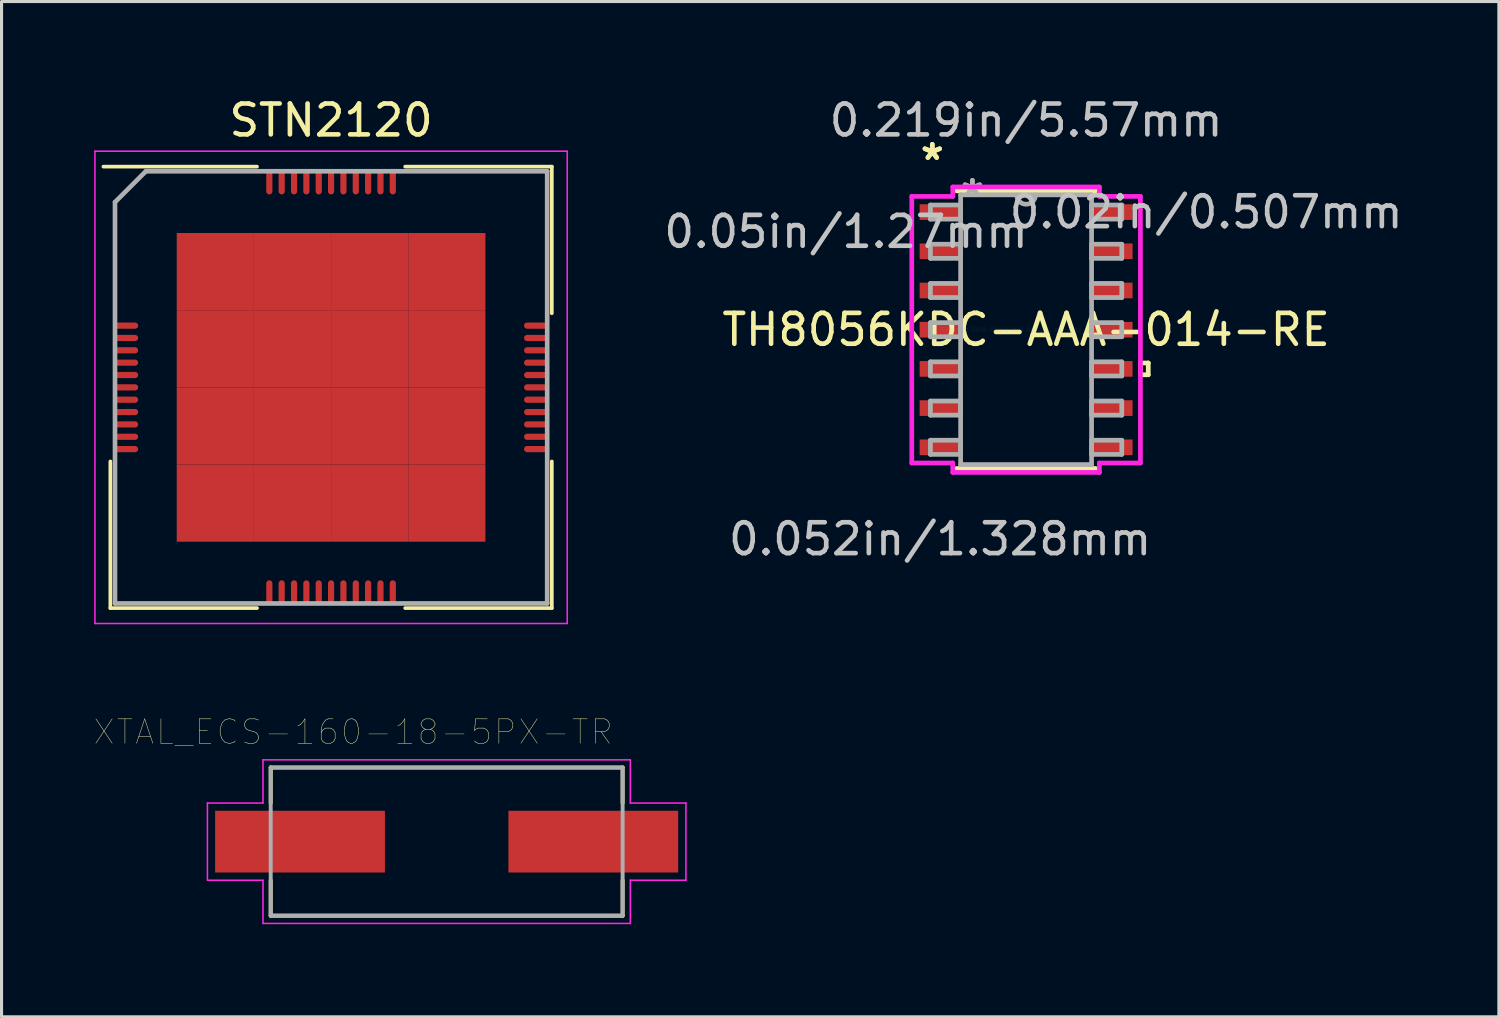
<source format=kicad_pcb>
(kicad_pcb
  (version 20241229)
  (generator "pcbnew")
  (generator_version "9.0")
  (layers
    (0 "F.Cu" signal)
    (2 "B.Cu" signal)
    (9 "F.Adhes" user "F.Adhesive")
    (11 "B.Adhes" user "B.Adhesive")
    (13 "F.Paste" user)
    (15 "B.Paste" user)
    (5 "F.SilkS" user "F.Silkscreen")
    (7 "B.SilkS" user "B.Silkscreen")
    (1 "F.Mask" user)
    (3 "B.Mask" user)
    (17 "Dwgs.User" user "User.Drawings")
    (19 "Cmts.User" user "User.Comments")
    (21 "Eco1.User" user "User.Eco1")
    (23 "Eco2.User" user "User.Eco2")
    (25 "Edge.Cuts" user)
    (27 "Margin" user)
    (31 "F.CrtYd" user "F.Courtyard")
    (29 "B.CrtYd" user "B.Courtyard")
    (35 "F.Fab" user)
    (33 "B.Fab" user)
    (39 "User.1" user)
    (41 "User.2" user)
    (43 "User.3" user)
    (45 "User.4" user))
  (footprint "STN2120"
    (layer "F.Cu")
    (at 7.675 9.498)
    (property "Reference" "STN2120" (at 0 -8.65 0) (layer "F.SilkS") (effects (font (size 1 1) (thickness 0.15))))
    (attr smd)
    (fp_line (start -7.15 7.15) (end -7.15 2.4) (stroke (width 0.12) (type solid)) (layer "F.SilkS"))
    (fp_line (start -2.4 -7.15) (end -7.375 -7.15) (stroke (width 0.12) (type solid)) (layer "F.SilkS"))
    (fp_line (start -2.4 7.15) (end -7.15 7.15) (stroke (width 0.12) (type solid)) (layer "F.SilkS"))
    (fp_line (start 2.4 -7.15) (end 7.15 -7.15) (stroke (width 0.12) (type solid)) (layer "F.SilkS"))
    (fp_line (start 2.4 7.15) (end 7.15 7.15) (stroke (width 0.12) (type solid)) (layer "F.SilkS"))
    (fp_line (start 7.15 -7.15) (end 7.15 -2.4) (stroke (width 0.12) (type solid)) (layer "F.SilkS"))
    (fp_line (start 7.15 7.15) (end 7.15 2.4) (stroke (width 0.12) (type solid)) (layer "F.SilkS"))
    (fp_line (start -7.65 -7.65) (end 7.65 -7.65) (stroke (width 0.05) (type solid)) (layer "F.CrtYd"))
    (fp_line (start -7.65 7.65) (end -7.65 -7.65) (stroke (width 0.05) (type solid)) (layer "F.CrtYd"))
    (fp_line (start 7.65 -7.65) (end 7.65 7.65) (stroke (width 0.05) (type solid)) (layer "F.CrtYd"))
    (fp_line (start 7.65 7.65) (end -7.65 7.65) (stroke (width 0.05) (type solid)) (layer "F.CrtYd"))
    (fp_line (start -7 -6) (end -7 7) (stroke (width 0.15) (type solid)) (layer "F.Fab"))
    (fp_line (start -7 7) (end 7 7) (stroke (width 0.15) (type solid)) (layer "F.Fab"))
    (fp_line (start -6 -7) (end -7 -6) (stroke (width 0.15) (type solid)) (layer "F.Fab"))
    (fp_line (start 7 -7) (end -6 -7) (stroke (width 0.15) (type solid)) (layer "F.Fab"))
    (fp_line (start 7 7) (end 7 -7) (stroke (width 0.15) (type solid)) (layer "F.Fab"))
    (pad "1" smd oval (at -6.625 -2 90) (size 0.2 0.75) (layers "F.Cu" "F.Mask" "F.Paste"))
    (pad "2" smd oval (at -6.625 -1.6 90) (size 0.2 0.75) (layers "F.Cu" "F.Mask" "F.Paste"))
    (pad "3" smd oval (at -6.625 -1.2 90) (size 0.2 0.75) (layers "F.Cu" "F.Mask" "F.Paste"))
    (pad "4" smd oval (at -6.625 -0.8 90) (size 0.2 0.75) (layers "F.Cu" "F.Mask" "F.Paste"))
    (pad "5" smd oval (at -6.625 -0.4 90) (size 0.2 0.75) (layers "F.Cu" "F.Mask" "F.Paste"))
    (pad "6" smd oval (at -6.625 0 90) (size 0.2 0.75) (layers "F.Cu" "F.Mask" "F.Paste"))
    (pad "7" smd oval (at -6.625 0.4 90) (size 0.2 0.75) (layers "F.Cu" "F.Mask" "F.Paste"))
    (pad "8" smd oval (at -6.625 0.8 90) (size 0.2 0.75) (layers "F.Cu" "F.Mask" "F.Paste"))
    (pad "9" smd oval (at -6.625 1.2 90) (size 0.2 0.75) (layers "F.Cu" "F.Mask" "F.Paste"))
    (pad "10" smd oval (at -6.625 1.6 90) (size 0.2 0.75) (layers "F.Cu" "F.Mask" "F.Paste"))
    (pad "11" smd oval (at -6.625 2 90) (size 0.2 0.75) (layers "F.Cu" "F.Mask" "F.Paste"))
    (pad "12" smd oval (at -2 6.625) (size 0.2 0.75) (layers "F.Cu" "F.Mask" "F.Paste"))
    (pad "13" smd oval (at -1.6 6.625) (size 0.2 0.75) (layers "F.Cu" "F.Mask" "F.Paste"))
    (pad "14" smd oval (at -1.2 6.625) (size 0.2 0.75) (layers "F.Cu" "F.Mask" "F.Paste"))
    (pad "15" smd oval (at -0.8 6.625) (size 0.2 0.75) (layers "F.Cu" "F.Mask" "F.Paste"))
    (pad "16" smd oval (at -0.4 6.625) (size 0.2 0.75) (layers "F.Cu" "F.Mask" "F.Paste"))
    (pad "17" smd oval (at 0 6.625) (size 0.2 0.75) (layers "F.Cu" "F.Mask" "F.Paste"))
    (pad "18" smd oval (at 0.4 6.625) (size 0.2 0.75) (layers "F.Cu" "F.Mask" "F.Paste"))
    (pad "19" smd oval (at 0.8 6.625) (size 0.2 0.75) (layers "F.Cu" "F.Mask" "F.Paste"))
    (pad "20" smd oval (at 1.2 6.625) (size 0.2 0.75) (layers "F.Cu" "F.Mask" "F.Paste"))
    (pad "21" smd oval (at 1.6 6.625) (size 0.2 0.75) (layers "F.Cu" "F.Mask" "F.Paste"))
    (pad "22" smd oval (at 2 6.625) (size 0.2 0.75) (layers "F.Cu" "F.Mask" "F.Paste"))
    (pad "23" smd oval (at 6.625 2 90) (size 0.2 0.75) (layers "F.Cu" "F.Mask" "F.Paste"))
    (pad "24" smd oval (at 6.625 1.6 90) (size 0.2 0.75) (layers "F.Cu" "F.Mask" "F.Paste"))
    (pad "25" smd oval (at 6.625 1.2 90) (size 0.2 0.75) (layers "F.Cu" "F.Mask" "F.Paste"))
    (pad "26" smd oval (at 6.625 0.8 90) (size 0.2 0.75) (layers "F.Cu" "F.Mask" "F.Paste"))
    (pad "27" smd oval (at 6.625 0.4 90) (size 0.2 0.75) (layers "F.Cu" "F.Mask" "F.Paste"))
    (pad "28" smd oval (at 6.625 0 90) (size 0.2 0.75) (layers "F.Cu" "F.Mask" "F.Paste"))
    (pad "29" smd oval (at 6.625 -0.4 90) (size 0.2 0.75) (layers "F.Cu" "F.Mask" "F.Paste"))
    (pad "30" smd oval (at 6.625 -0.8 90) (size 0.2 0.75) (layers "F.Cu" "F.Mask" "F.Paste"))
    (pad "31" smd oval (at 6.625 -1.2 90) (size 0.2 0.75) (layers "F.Cu" "F.Mask" "F.Paste"))
    (pad "32" smd oval (at 6.625 -1.6 90) (size 0.2 0.75) (layers "F.Cu" "F.Mask" "F.Paste"))
    (pad "33" smd oval (at 6.625 -2 90) (size 0.2 0.75) (layers "F.Cu" "F.Mask" "F.Paste"))
    (pad "34" smd oval (at 2 -6.625) (size 0.2 0.75) (layers "F.Cu" "F.Mask" "F.Paste"))
    (pad "35" smd oval (at 1.6 -6.625) (size 0.2 0.75) (layers "F.Cu" "F.Mask" "F.Paste"))
    (pad "36" smd oval (at 1.2 -6.625) (size 0.2 0.75) (layers "F.Cu" "F.Mask" "F.Paste"))
    (pad "37" smd oval (at 0.8 -6.625) (size 0.2 0.75) (layers "F.Cu" "F.Mask" "F.Paste"))
    (pad "38" smd oval (at 0.4 -6.625) (size 0.2 0.75) (layers "F.Cu" "F.Mask" "F.Paste"))
    (pad "39" smd oval (at 0 -6.625) (size 0.2 0.75) (layers "F.Cu" "F.Mask" "F.Paste"))
    (pad "40" smd oval (at -0.4 -6.625) (size 0.2 0.75) (layers "F.Cu" "F.Mask" "F.Paste"))
    (pad "41" smd oval (at -0.8 -6.625) (size 0.2 0.75) (layers "F.Cu" "F.Mask" "F.Paste"))
    (pad "42" smd oval (at -1.2 -6.625) (size 0.2 0.75) (layers "F.Cu" "F.Mask" "F.Paste"))
    (pad "43" smd oval (at -1.6 -6.625) (size 0.2 0.75) (layers "F.Cu" "F.Mask" "F.Paste"))
    (pad "44" smd oval (at -2 -6.625) (size 0.2 0.75) (layers "F.Cu" "F.Mask" "F.Paste"))
    (pad "45" smd rect (at -3.75 -3.75) (size 2.5 2.5) (layers "F.Cu" "F.Mask" "F.Paste"))
    (pad "45" smd rect (at -3.75 -1.25) (size 2.5 2.5) (layers "F.Cu" "F.Mask" "F.Paste"))
    (pad "45" smd rect (at -3.75 1.25) (size 2.5 2.5) (layers "F.Cu" "F.Mask" "F.Paste"))
    (pad "45" smd rect (at -3.75 3.75) (size 2.5 2.5) (layers "F.Cu" "F.Mask" "F.Paste"))
    (pad "45" smd rect (at -1.25 -3.75) (size 2.5 2.5) (layers "F.Cu" "F.Mask" "F.Paste"))
    (pad "45" smd rect (at -1.25 -1.25) (size 2.5 2.5) (layers "F.Cu" "F.Mask" "F.Paste"))
    (pad "45" smd rect (at -1.25 1.25) (size 2.5 2.5) (layers "F.Cu" "F.Mask" "F.Paste"))
    (pad "45" smd rect (at -1.25 3.75) (size 2.5 2.5) (layers "F.Cu" "F.Mask" "F.Paste"))
    (pad "45" smd rect (at 1.25 -3.75) (size 2.5 2.5) (layers "F.Cu" "F.Mask" "F.Paste"))
    (pad "45" smd rect (at 1.25 -1.25) (size 2.5 2.5) (layers "F.Cu" "F.Mask" "F.Paste"))
    (pad "45" smd rect (at 1.25 1.25) (size 2.5 2.5) (layers "F.Cu" "F.Mask" "F.Paste"))
    (pad "45" smd rect (at 1.25 3.75) (size 2.5 2.5) (layers "F.Cu" "F.Mask" "F.Paste"))
    (pad "45" smd rect (at 3.75 -3.75) (size 2.5 2.5) (layers "F.Cu" "F.Mask" "F.Paste"))
    (pad "45" smd rect (at 3.75 -1.25) (size 2.5 2.5) (layers "F.Cu" "F.Mask" "F.Paste"))
    (pad "45" smd rect (at 3.75 1.25) (size 2.5 2.5) (layers "F.Cu" "F.Mask" "F.Paste"))
    (pad "45" smd rect (at 3.75 3.75) (size 2.5 2.5) (layers "F.Cu" "F.Mask" "F.Paste")))
  (footprint "XTAL_ECS-160-18-5PX-TR"
    (layer "F.Cu")
    (at 11.419 24.213)
    (property "Reference" "XTAL_ECS-160-18-5PX-TR" (at -3.03 -3.552 0) (layer "F.SilkS") (effects (font (size 0.79 0.79) (thickness 0.015))))
    (attr through_hole)
    (fp_line (start -5.7 -2.4) (end 5.7 -2.4) (stroke (width 0.127) (type solid)) (layer "F.SilkS"))
    (fp_line (start -5.7 -1.254) (end -5.7 -2.4) (stroke (width 0.127) (type solid)) (layer "F.SilkS"))
    (fp_line (start -5.7 2.4) (end -5.7 1.254) (stroke (width 0.127) (type solid)) (layer "F.SilkS"))
    (fp_line (start 5.7 -2.4) (end 5.7 -1.254) (stroke (width 0.127) (type solid)) (layer "F.SilkS"))
    (fp_line (start 5.7 1.254) (end 5.7 2.4) (stroke (width 0.127) (type solid)) (layer "F.SilkS"))
    (fp_line (start 5.7 2.4) (end -5.7 2.4) (stroke (width 0.127) (type solid)) (layer "F.SilkS"))
    (fp_line (start -7.75 -1.25) (end -5.95 -1.25) (stroke (width 0.05) (type solid)) (layer "F.CrtYd"))
    (fp_line (start -7.75 1.25) (end -7.75 -1.25) (stroke (width 0.05) (type solid)) (layer "F.CrtYd"))
    (fp_line (start -5.95 -2.65) (end 5.95 -2.65) (stroke (width 0.05) (type solid)) (layer "F.CrtYd"))
    (fp_line (start -5.95 -1.25) (end -5.95 -2.65) (stroke (width 0.05) (type solid)) (layer "F.CrtYd"))
    (fp_line (start -5.95 1.25) (end -7.75 1.25) (stroke (width 0.05) (type solid)) (layer "F.CrtYd"))
    (fp_line (start -5.95 2.65) (end -5.95 1.25) (stroke (width 0.05) (type solid)) (layer "F.CrtYd"))
    (fp_line (start 5.95 -2.65) (end 5.95 -1.25) (stroke (width 0.05) (type solid)) (layer "F.CrtYd"))
    (fp_line (start 5.95 -1.25) (end 7.75 -1.25) (stroke (width 0.05) (type solid)) (layer "F.CrtYd"))
    (fp_line (start 5.95 1.25) (end 5.95 2.65) (stroke (width 0.05) (type solid)) (layer "F.CrtYd"))
    (fp_line (start 5.95 2.65) (end -5.95 2.65) (stroke (width 0.05) (type solid)) (layer "F.CrtYd"))
    (fp_line (start 7.75 -1.25) (end 7.75 1.25) (stroke (width 0.05) (type solid)) (layer "F.CrtYd"))
    (fp_line (start 7.75 1.25) (end 5.95 1.25) (stroke (width 0.05) (type solid)) (layer "F.CrtYd"))
    (fp_line (start -5.7 -2.4) (end -5.7 2.4) (stroke (width 0.127) (type solid)) (layer "F.Fab"))
    (fp_line (start -5.7 2.4) (end 5.7 2.4) (stroke (width 0.127) (type solid)) (layer "F.Fab"))
    (fp_line (start 5.7 -2.4) (end -5.7 -2.4) (stroke (width 0.127) (type solid)) (layer "F.Fab"))
    (fp_line (start 5.7 2.4) (end 5.7 -2.4) (stroke (width 0.127) (type solid)) (layer "F.Fab"))
    (pad "1" smd rect (at -4.75 0) (size 5.5 2) (layers "F.Cu" "F.Mask" "F.Paste"))
    (pad "2" smd rect (at 4.75 0) (size 5.5 2) (layers "F.Cu" "F.Mask" "F.Paste")))
  (footprint "TH8056KDC-AAA-014-RE"
    (layer "F.Cu")
    (at 30.189 7.63)
    (property "Reference" "TH8056KDC-AAA-014-RE" (at 0 0 0) (layer "F.SilkS") (effects (font (size 1 1) (thickness 0.15))))
    (attr through_hole)
    (fp_line (start -2.248 4.496) (end 2.248 4.496) (stroke (width 0.152) (type solid)) (layer "F.SilkS"))
    (fp_line (start 2.248 -4.496) (end -2.248 -4.496) (stroke (width 0.152) (type solid)) (layer "F.SilkS"))
    (fp_line (start 3.703 1.079) (end 3.957 1.079) (stroke (width 0.152) (type solid)) (layer "F.SilkS"))
    (fp_line (start 3.703 1.46) (end 3.703 1.079) (stroke (width 0.152) (type solid)) (layer "F.SilkS"))
    (fp_line (start 3.957 1.079) (end 3.957 1.46) (stroke (width 0.152) (type solid)) (layer "F.SilkS"))
    (fp_line (start 3.957 1.46) (end 3.703 1.46) (stroke (width 0.152) (type solid)) (layer "F.SilkS"))
    (fp_line (start -3.703 -4.318) (end -2.375 -4.318) (stroke (width 0.152) (type solid)) (layer "F.CrtYd"))
    (fp_line (start -3.703 4.318) (end -3.703 -4.318) (stroke (width 0.152) (type solid)) (layer "F.CrtYd"))
    (fp_line (start -2.375 -4.623) (end 2.375 -4.623) (stroke (width 0.152) (type solid)) (layer "F.CrtYd"))
    (fp_line (start -2.375 -4.318) (end -2.375 -4.623) (stroke (width 0.152) (type solid)) (layer "F.CrtYd"))
    (fp_line (start -2.375 4.318) (end -3.703 4.318) (stroke (width 0.152) (type solid)) (layer "F.CrtYd"))
    (fp_line (start -2.375 4.623) (end -2.375 4.318) (stroke (width 0.152) (type solid)) (layer "F.CrtYd"))
    (fp_line (start 2.375 -4.623) (end 2.375 -4.318) (stroke (width 0.152) (type solid)) (layer "F.CrtYd"))
    (fp_line (start 2.375 -4.318) (end 3.703 -4.318) (stroke (width 0.152) (type solid)) (layer "F.CrtYd"))
    (fp_line (start 2.375 4.318) (end 2.375 4.623) (stroke (width 0.152) (type solid)) (layer "F.CrtYd"))
    (fp_line (start 2.375 4.623) (end -2.375 4.623) (stroke (width 0.152) (type solid)) (layer "F.CrtYd"))
    (fp_line (start 3.703 -4.318) (end 3.703 4.318) (stroke (width 0.152) (type solid)) (layer "F.CrtYd"))
    (fp_line (start 3.703 4.318) (end 2.375 4.318) (stroke (width 0.152) (type solid)) (layer "F.CrtYd"))
    (fp_line (start -3.099 -4.039) (end -3.099 -3.581) (stroke (width 0.152) (type solid)) (layer "F.Fab"))
    (fp_line (start -3.099 -3.581) (end -2.121 -3.581) (stroke (width 0.152) (type solid)) (layer "F.Fab"))
    (fp_line (start -3.099 -2.769) (end -3.099 -2.311) (stroke (width 0.152) (type solid)) (layer "F.Fab"))
    (fp_line (start -3.099 -2.311) (end -2.121 -2.311) (stroke (width 0.152) (type solid)) (layer "F.Fab"))
    (fp_line (start -3.099 -1.499) (end -3.099 -1.041) (stroke (width 0.152) (type solid)) (layer "F.Fab"))
    (fp_line (start -3.099 -1.041) (end -2.121 -1.041) (stroke (width 0.152) (type solid)) (layer "F.Fab"))
    (fp_line (start -3.099 -0.229) (end -3.099 0.229) (stroke (width 0.152) (type solid)) (layer "F.Fab"))
    (fp_line (start -3.099 0.229) (end -2.121 0.229) (stroke (width 0.152) (type solid)) (layer "F.Fab"))
    (fp_line (start -3.099 1.041) (end -3.099 1.499) (stroke (width 0.152) (type solid)) (layer "F.Fab"))
    (fp_line (start -3.099 1.499) (end -2.121 1.499) (stroke (width 0.152) (type solid)) (layer "F.Fab"))
    (fp_line (start -3.099 2.311) (end -3.099 2.769) (stroke (width 0.152) (type solid)) (layer "F.Fab"))
    (fp_line (start -3.099 2.769) (end -2.121 2.769) (stroke (width 0.152) (type solid)) (layer "F.Fab"))
    (fp_line (start -3.099 3.581) (end -3.099 4.039) (stroke (width 0.152) (type solid)) (layer "F.Fab"))
    (fp_line (start -3.099 4.039) (end -2.121 4.039) (stroke (width 0.152) (type solid)) (layer "F.Fab"))
    (fp_line (start -2.121 -4.369) (end -2.121 4.369) (stroke (width 0.152) (type solid)) (layer "F.Fab"))
    (fp_line (start -2.121 -4.039) (end -3.099 -4.039) (stroke (width 0.152) (type solid)) (layer "F.Fab"))
    (fp_line (start -2.121 -3.581) (end -2.121 -4.039) (stroke (width 0.152) (type solid)) (layer "F.Fab"))
    (fp_line (start -2.121 -2.769) (end -3.099 -2.769) (stroke (width 0.152) (type solid)) (layer "F.Fab"))
    (fp_line (start -2.121 -2.311) (end -2.121 -2.769) (stroke (width 0.152) (type solid)) (layer "F.Fab"))
    (fp_line (start -2.121 -1.499) (end -3.099 -1.499) (stroke (width 0.152) (type solid)) (layer "F.Fab"))
    (fp_line (start -2.121 -1.041) (end -2.121 -1.499) (stroke (width 0.152) (type solid)) (layer "F.Fab"))
    (fp_line (start -2.121 -0.229) (end -3.099 -0.229) (stroke (width 0.152) (type solid)) (layer "F.Fab"))
    (fp_line (start -2.121 0.229) (end -2.121 -0.229) (stroke (width 0.152) (type solid)) (layer "F.Fab"))
    (fp_line (start -2.121 1.041) (end -3.099 1.041) (stroke (width 0.152) (type solid)) (layer "F.Fab"))
    (fp_line (start -2.121 1.499) (end -2.121 1.041) (stroke (width 0.152) (type solid)) (layer "F.Fab"))
    (fp_line (start -2.121 2.311) (end -3.099 2.311) (stroke (width 0.152) (type solid)) (layer "F.Fab"))
    (fp_line (start -2.121 2.769) (end -2.121 2.311) (stroke (width 0.152) (type solid)) (layer "F.Fab"))
    (fp_line (start -2.121 3.581) (end -3.099 3.581) (stroke (width 0.152) (type solid)) (layer "F.Fab"))
    (fp_line (start -2.121 4.039) (end -2.121 3.581) (stroke (width 0.152) (type solid)) (layer "F.Fab"))
    (fp_line (start -2.121 4.369) (end 2.121 4.369) (stroke (width 0.152) (type solid)) (layer "F.Fab"))
    (fp_line (start 2.121 -4.369) (end -2.121 -4.369) (stroke (width 0.152) (type solid)) (layer "F.Fab"))
    (fp_line (start 2.121 -4.039) (end 2.121 -3.581) (stroke (width 0.152) (type solid)) (layer "F.Fab"))
    (fp_line (start 2.121 -3.581) (end 3.099 -3.581) (stroke (width 0.152) (type solid)) (layer "F.Fab"))
    (fp_line (start 2.121 -2.769) (end 2.121 -2.311) (stroke (width 0.152) (type solid)) (layer "F.Fab"))
    (fp_line (start 2.121 -2.311) (end 3.099 -2.311) (stroke (width 0.152) (type solid)) (layer "F.Fab"))
    (fp_line (start 2.121 -1.499) (end 2.121 -1.041) (stroke (width 0.152) (type solid)) (layer "F.Fab"))
    (fp_line (start 2.121 -1.041) (end 3.099 -1.041) (stroke (width 0.152) (type solid)) (layer "F.Fab"))
    (fp_line (start 2.121 -0.229) (end 2.121 0.229) (stroke (width 0.152) (type solid)) (layer "F.Fab"))
    (fp_line (start 2.121 0.229) (end 3.099 0.229) (stroke (width 0.152) (type solid)) (layer "F.Fab"))
    (fp_line (start 2.121 1.041) (end 2.121 1.499) (stroke (width 0.152) (type solid)) (layer "F.Fab"))
    (fp_line (start 2.121 1.499) (end 3.099 1.499) (stroke (width 0.152) (type solid)) (layer "F.Fab"))
    (fp_line (start 2.121 2.311) (end 2.121 2.769) (stroke (width 0.152) (type solid)) (layer "F.Fab"))
    (fp_line (start 2.121 2.769) (end 3.099 2.769) (stroke (width 0.152) (type solid)) (layer "F.Fab"))
    (fp_line (start 2.121 3.581) (end 2.121 4.039) (stroke (width 0.152) (type solid)) (layer "F.Fab"))
    (fp_line (start 2.121 4.039) (end 3.099 4.039) (stroke (width 0.152) (type solid)) (layer "F.Fab"))
    (fp_line (start 2.121 4.369) (end 2.121 -4.369) (stroke (width 0.152) (type solid)) (layer "F.Fab"))
    (fp_line (start 3.099 -4.039) (end 2.121 -4.039) (stroke (width 0.152) (type solid)) (layer "F.Fab"))
    (fp_line (start 3.099 -3.581) (end 3.099 -4.039) (stroke (width 0.152) (type solid)) (layer "F.Fab"))
    (fp_line (start 3.099 -2.769) (end 2.121 -2.769) (stroke (width 0.152) (type solid)) (layer "F.Fab"))
    (fp_line (start 3.099 -2.311) (end 3.099 -2.769) (stroke (width 0.152) (type solid)) (layer "F.Fab"))
    (fp_line (start 3.099 -1.499) (end 2.121 -1.499) (stroke (width 0.152) (type solid)) (layer "F.Fab"))
    (fp_line (start 3.099 -1.041) (end 3.099 -1.499) (stroke (width 0.152) (type solid)) (layer "F.Fab"))
    (fp_line (start 3.099 -0.229) (end 2.121 -0.229) (stroke (width 0.152) (type solid)) (layer "F.Fab"))
    (fp_line (start 3.099 0.229) (end 3.099 -0.229) (stroke (width 0.152) (type solid)) (layer "F.Fab"))
    (fp_line (start 3.099 1.041) (end 2.121 1.041) (stroke (width 0.152) (type solid)) (layer "F.Fab"))
    (fp_line (start 3.099 1.499) (end 3.099 1.041) (stroke (width 0.152) (type solid)) (layer "F.Fab"))
    (fp_line (start 3.099 2.311) (end 2.121 2.311) (stroke (width 0.152) (type solid)) (layer "F.Fab"))
    (fp_line (start 3.099 2.769) (end 3.099 2.311) (stroke (width 0.152) (type solid)) (layer "F.Fab"))
    (fp_line (start 3.099 3.581) (end 2.121 3.581) (stroke (width 0.152) (type solid)) (layer "F.Fab"))
    (fp_line (start 3.099 4.039) (end 3.099 3.581) (stroke (width 0.152) (type solid)) (layer "F.Fab"))
    (fp_arc (start 0.3048 -4.3688) (mid 0 -4.064) (end -0.3048 -4.3688) (stroke (width 0.1524) (type solid)) (layer "F.Fab"))
    (fp_text user "*" (at -3.039 -5.46 0) (layer "F.SilkS") (effects (font (size 1 1) (thickness 0.15))))
    (fp_text user "*" (at -3.039 -5.46 0) (layer "F.SilkS") (effects (font (size 1 1) (thickness 0.15))))
    (fp_text user "0.02in/0.507mm" (at 5.833 -3.81 0) (layer "Dwgs.User") (effects (font (size 1 1) (thickness 0.15))))
    (fp_text user "0.05in/1.27mm" (at -5.833 -3.175 0) (layer "Dwgs.User") (effects (font (size 1 1) (thickness 0.15))))
    (fp_text user "0.219in/5.57mm" (at 0 -6.782 0) (layer "Dwgs.User") (effects (font (size 1 1) (thickness 0.15))))
    (fp_text user "0.052in/1.328mm" (at -2.785 6.782 0) (layer "Dwgs.User") (effects (font (size 1 1) (thickness 0.15))))
    (fp_text user "Copyright 2016 Accelerated Designs. All rights reserved." (at 0 0 0) (layer "Cmts.User") (effects (font (size 0.127 0.127) (thickness 0.002))))
    (fp_text user "*" (at -1.74 -4.293 0) (layer "F.Fab") (effects (font (size 1 1) (thickness 0.15))))
    (fp_text user "*" (at -1.74 -4.293 0) (layer "F.Fab") (effects (font (size 1 1) (thickness 0.15))))
    (pad "1" smd rect (at -2.785 -3.81) (size 1.328 0.507) (layers "F.Cu" "F.Mask" "F.Paste"))
    (pad "2" smd rect (at -2.785 -2.54) (size 1.328 0.507) (layers "F.Cu" "F.Mask" "F.Paste"))
    (pad "3" smd rect (at -2.785 -1.27) (size 1.328 0.507) (layers "F.Cu" "F.Mask" "F.Paste"))
    (pad "4" smd rect (at -2.785 0) (size 1.328 0.507) (layers "F.Cu" "F.Mask" "F.Paste"))
    (pad "5" smd rect (at -2.785 1.27) (size 1.328 0.507) (layers "F.Cu" "F.Mask" "F.Paste"))
    (pad "6" smd rect (at -2.785 2.54) (size 1.328 0.507) (layers "F.Cu" "F.Mask" "F.Paste"))
    (pad "7" smd rect (at -2.785 3.81) (size 1.328 0.507) (layers "F.Cu" "F.Mask" "F.Paste"))
    (pad "8" smd rect (at 2.785 3.81) (size 1.328 0.507) (layers "F.Cu" "F.Mask" "F.Paste"))
    (pad "9" smd rect (at 2.785 2.54) (size 1.328 0.507) (layers "F.Cu" "F.Mask" "F.Paste"))
    (pad "10" smd rect (at 2.785 1.27) (size 1.328 0.507) (layers "F.Cu" "F.Mask" "F.Paste"))
    (pad "11" smd rect (at 2.785 0) (size 1.328 0.507) (layers "F.Cu" "F.Mask" "F.Paste"))
    (pad "12" smd rect (at 2.785 -1.27) (size 1.328 0.507) (layers "F.Cu" "F.Mask" "F.Paste"))
    (pad "13" smd rect (at 2.785 -2.54) (size 1.328 0.507) (layers "F.Cu" "F.Mask" "F.Paste"))
    (pad "14" smd rect (at 2.785 -3.81) (size 1.328 0.507) (layers "F.Cu" "F.Mask" "F.Paste")))
  (gr_rect
    (start -3 -3)
    (end 45.504 29.888)
    (stroke (width 0.1) (type default))
    (fill no)
    (layer "Edge.Cuts")))
</source>
